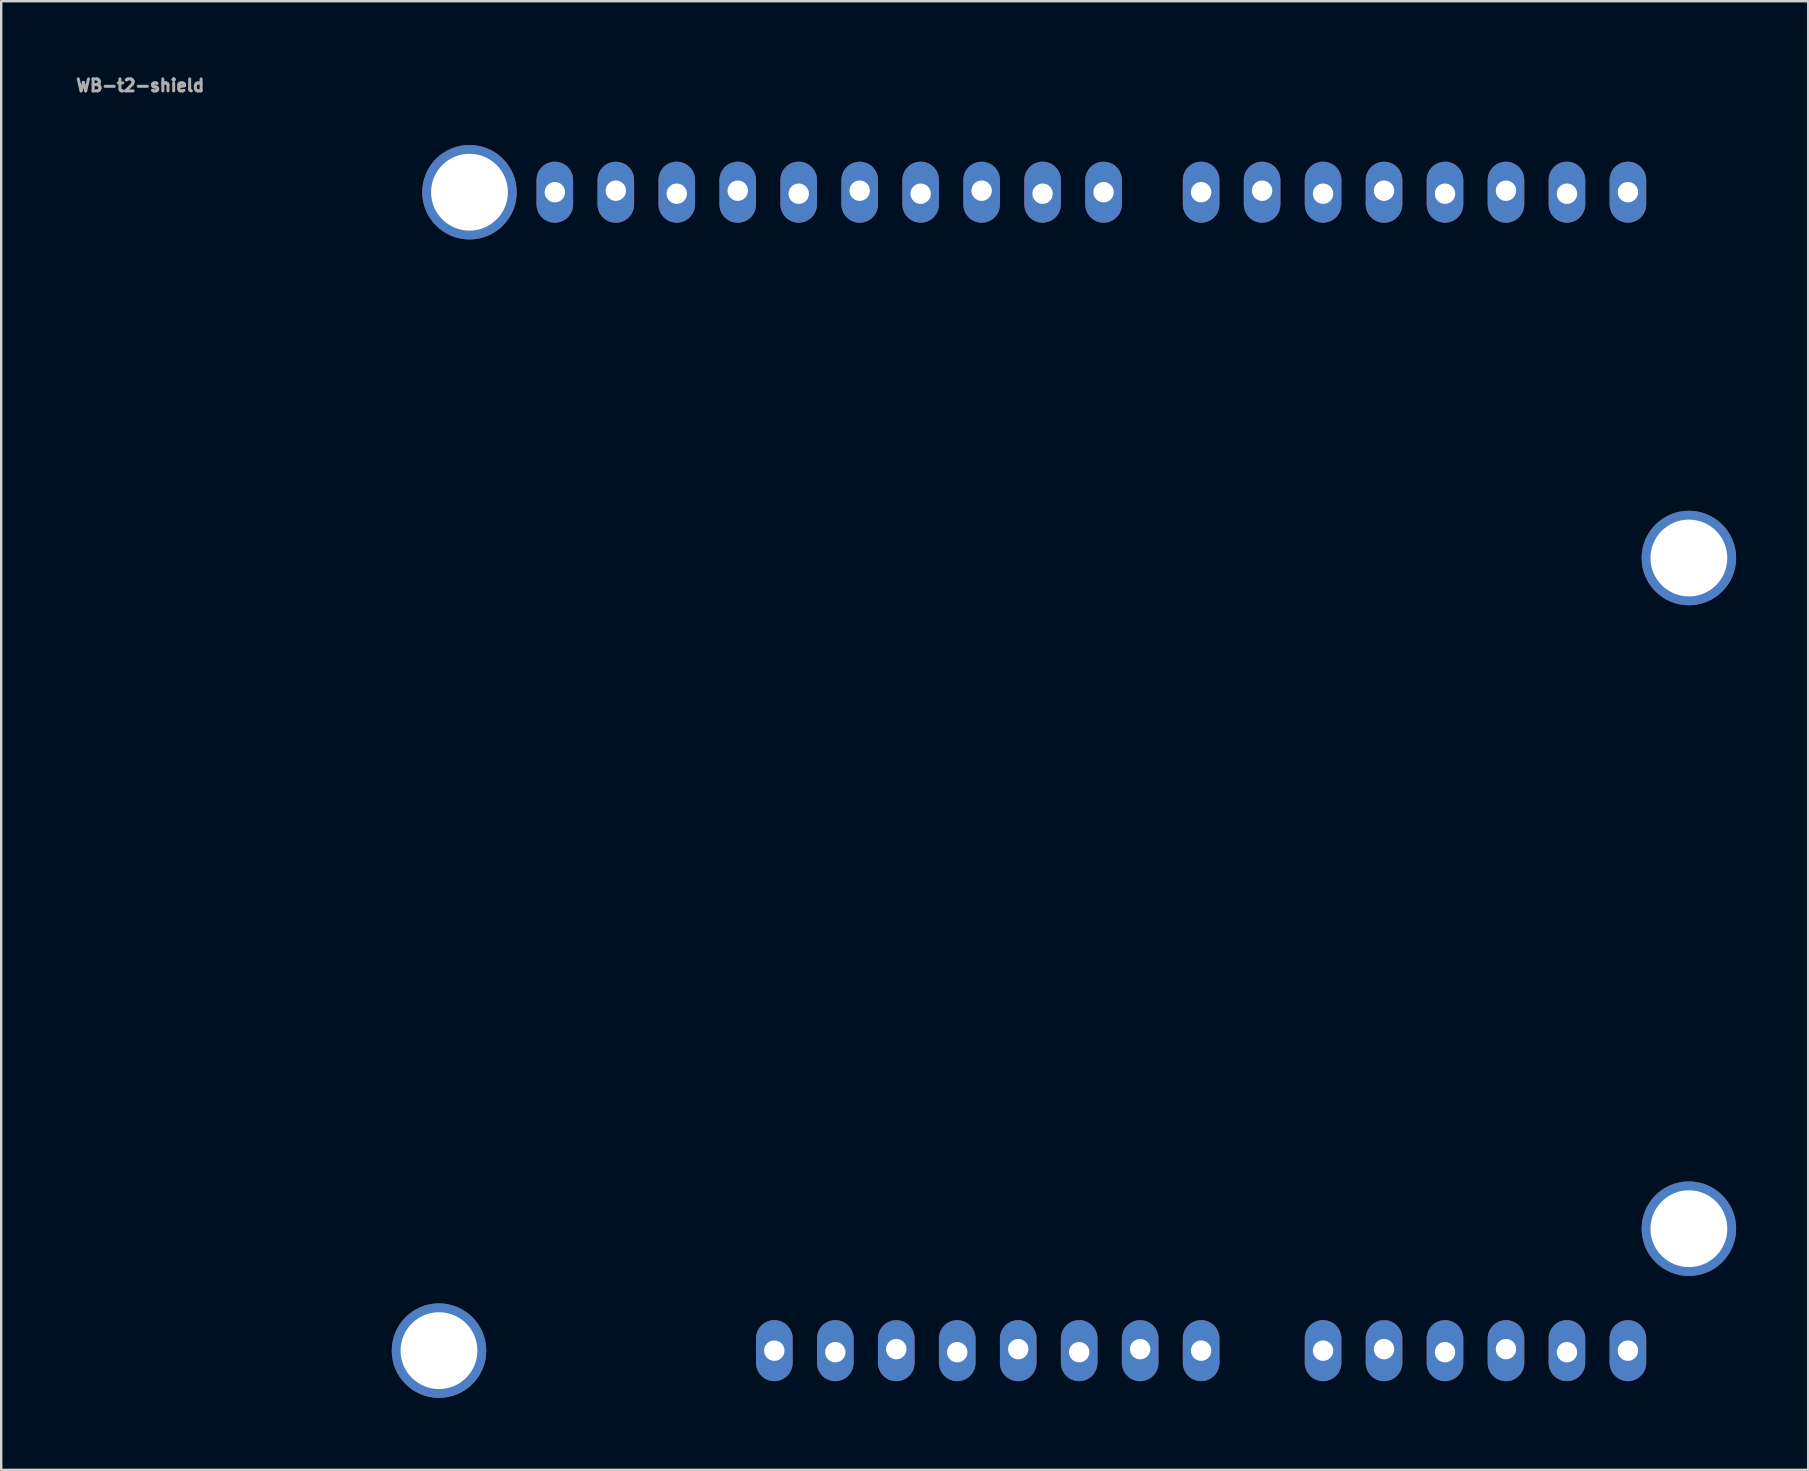
<source format=kicad_pcb>
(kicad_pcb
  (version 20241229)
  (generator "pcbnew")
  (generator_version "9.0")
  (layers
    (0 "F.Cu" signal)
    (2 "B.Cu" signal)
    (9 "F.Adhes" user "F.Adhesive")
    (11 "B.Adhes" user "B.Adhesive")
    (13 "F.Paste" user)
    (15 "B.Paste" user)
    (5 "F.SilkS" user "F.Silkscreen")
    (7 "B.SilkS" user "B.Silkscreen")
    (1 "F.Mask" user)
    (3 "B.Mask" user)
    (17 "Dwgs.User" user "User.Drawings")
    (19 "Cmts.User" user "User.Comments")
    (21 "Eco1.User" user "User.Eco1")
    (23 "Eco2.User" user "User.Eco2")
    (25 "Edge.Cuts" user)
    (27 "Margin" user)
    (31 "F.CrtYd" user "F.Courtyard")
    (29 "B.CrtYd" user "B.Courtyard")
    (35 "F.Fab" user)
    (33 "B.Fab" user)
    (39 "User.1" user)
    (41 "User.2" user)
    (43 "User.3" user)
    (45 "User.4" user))
  (footprint "WB-t2-shield"
    (layer "F.Cu")
    (at 1.268 2.457)
    (property "Reference" "WB-t2-shield" (at 1.524 -1.945 0) (layer "F.Fab") (effects (font (size 0.5 0.5) (thickness 0.125))))
    (attr through_hole)
    (pad "" thru_hole circle (at 13.97 50.76 90) (size 3.937 3.937) (drill 3.2) (layers "*.Cu" "*.Mask"))
    (pad "" thru_hole circle (at 15.24 2.5 90) (size 3.937 3.937) (drill 3.2) (layers "*.Cu" "*.Mask"))
    (pad "" thru_hole circle (at 66.04 17.74 90) (size 3.937 3.937) (drill 3.2) (layers "*.Cu" "*.Mask"))
    (pad "" thru_hole circle (at 66.04 45.68 90) (size 3.937 3.937) (drill 3.2) (layers "*.Cu" "*.Mask"))
    (pad "0" thru_hole oval (at 63.5 2.5 90) (size 2.54 1.524) (drill 0.85) (layers "*.Cu" "*.Mask"))
    (pad "1" thru_hole oval (at 60.96 2.563 90) (size 2.54 1.524) (drill 0.85 (offset 0.064 0)) (layers "*.Cu" "*.Mask"))
    (pad "2" thru_hole oval (at 58.42 2.437 90) (size 2.54 1.524) (drill 0.85 (offset -0.064 0)) (layers "*.Cu" "*.Mask"))
    (pad "3" thru_hole oval (at 55.88 2.563 90) (size 2.54 1.524) (drill 0.85 (offset 0.064 0)) (layers "*.Cu" "*.Mask"))
    (pad "3V3" thru_hole oval (at 35.56 50.824 90) (size 2.54 1.524) (drill 0.85 (offset 0.064 0)) (layers "*.Cu" "*.Mask"))
    (pad "4" thru_hole oval (at 53.34 2.437 90) (size 2.54 1.524) (drill 0.85 (offset -0.064 0)) (layers "*.Cu" "*.Mask"))
    (pad "5" thru_hole oval (at 50.8 2.563 90) (size 2.54 1.524) (drill 0.85 (offset 0.064 0)) (layers "*.Cu" "*.Mask"))
    (pad "5V" thru_hole oval (at 38.1 50.697 90) (size 2.54 1.524) (drill 0.85 (offset -0.064 0)) (layers "*.Cu" "*.Mask"))
    (pad "6" thru_hole oval (at 48.26 2.437 90) (size 2.54 1.524) (drill 0.85 (offset -0.064 0)) (layers "*.Cu" "*.Mask"))
    (pad "7" thru_hole oval (at 45.72 2.5 90) (size 2.54 1.524) (drill 0.85) (layers "*.Cu" "*.Mask"))
    (pad "8" thru_hole oval (at 41.656 2.5 90) (size 2.54 1.524) (drill 0.85) (layers "*.Cu" "*.Mask"))
    (pad "9" thru_hole oval (at 39.116 2.563 90) (size 2.54 1.524) (drill 0.85 (offset 0.064 0)) (layers "*.Cu" "*.Mask"))
    (pad "10" thru_hole oval (at 36.576 2.437 90) (size 2.54 1.524) (drill 0.85 (offset -0.064 0)) (layers "*.Cu" "*.Mask"))
    (pad "11" thru_hole oval (at 34.036 2.563 90) (size 2.54 1.524) (drill 0.85 (offset 0.064 0)) (layers "*.Cu" "*.Mask"))
    (pad "12" thru_hole oval (at 31.496 2.437 90) (size 2.54 1.524) (drill 0.85 (offset -0.064 0)) (layers "*.Cu" "*.Mask"))
    (pad "13" thru_hole oval (at 28.956 2.563 90) (size 2.54 1.524) (drill 0.85 (offset 0.064 0)) (layers "*.Cu" "*.Mask"))
    (pad "AD0" thru_hole oval (at 50.8 50.76 90) (size 2.54 1.524) (drill 0.85) (layers "*.Cu" "*.Mask"))
    (pad "AD1" thru_hole oval (at 53.34 50.697 90) (size 2.54 1.524) (drill 0.85 (offset -0.064 0)) (layers "*.Cu" "*.Mask"))
    (pad "AD2" thru_hole oval (at 55.88 50.824 90) (size 2.54 1.524) (drill 0.85 (offset 0.064 0)) (layers "*.Cu" "*.Mask"))
    (pad "AD3" thru_hole oval (at 58.42 50.697 90) (size 2.54 1.524) (drill 0.85 (offset -0.064 0)) (layers "*.Cu" "*.Mask"))
    (pad "AD4" thru_hole oval (at 60.96 50.824 90) (size 2.54 1.524) (drill 0.85 (offset 0.064 0)) (layers "*.Cu" "*.Mask"))
    (pad "AD5" thru_hole oval (at 63.5 50.76 90) (size 2.54 1.524) (drill 0.85) (layers "*.Cu" "*.Mask"))
    (pad "AREF" thru_hole oval (at 23.876 2.563 90) (size 2.54 1.524) (drill 0.85 (offset 0.064 0)) (layers "*.Cu" "*.Mask"))
    (pad "GND1" thru_hole oval (at 40.64 50.824 90) (size 2.54 1.524) (drill 0.85 (offset 0.064 0)) (layers "*.Cu" "*.Mask"))
    (pad "GND2" thru_hole oval (at 43.18 50.697 90) (size 2.54 1.524) (drill 0.85 (offset -0.064 0)) (layers "*.Cu" "*.Mask"))
    (pad "GND3" thru_hole oval (at 26.416 2.437 90) (size 2.54 1.524) (drill 0.85 (offset -0.064 0)) (layers "*.Cu" "*.Mask"))
    (pad "IORE" thru_hole oval (at 30.48 50.824 90) (size 2.54 1.524) (drill 0.85 (offset 0.064 0)) (layers "*.Cu" "*.Mask"))
    (pad "NC" thru_hole oval (at 27.94 50.76 90) (size 2.54 1.524) (drill 0.85) (layers "*.Cu" "*.Mask"))
    (pad "RST" thru_hole oval (at 33.02 50.697 90) (size 2.54 1.524) (drill 0.85 (offset -0.064 0)) (layers "*.Cu" "*.Mask"))
    (pad "SCL" thru_hole oval (at 18.796 2.5 90) (size 2.54 1.524) (drill 0.85) (layers "*.Cu" "*.Mask"))
    (pad "SDA" thru_hole oval (at 21.336 2.437 90) (size 2.54 1.524) (drill 0.85 (offset -0.064 0)) (layers "*.Cu" "*.Mask"))
    (pad "V_IN" thru_hole oval (at 45.72 50.76 90) (size 2.54 1.524) (drill 0.85) (layers "*.Cu" "*.Mask")))
  (gr_rect
    (start -3 -3)
    (end 72.277 58.185)
    (stroke (width 0.1) (type default))
    (fill no)
    (layer "Edge.Cuts")))
</source>
